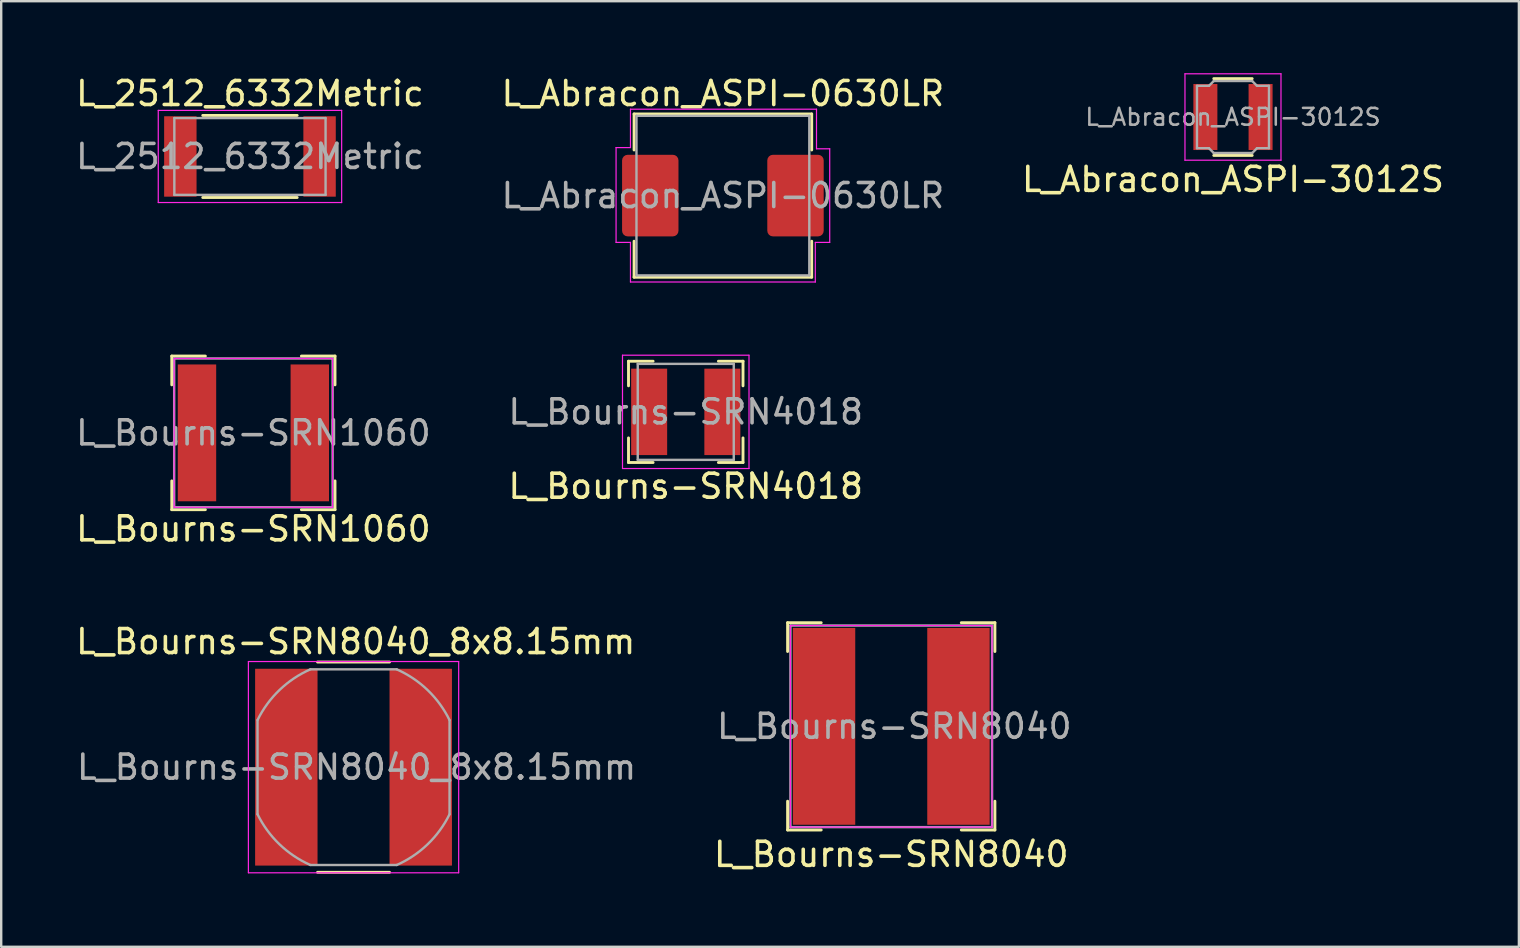
<source format=kicad_pcb>
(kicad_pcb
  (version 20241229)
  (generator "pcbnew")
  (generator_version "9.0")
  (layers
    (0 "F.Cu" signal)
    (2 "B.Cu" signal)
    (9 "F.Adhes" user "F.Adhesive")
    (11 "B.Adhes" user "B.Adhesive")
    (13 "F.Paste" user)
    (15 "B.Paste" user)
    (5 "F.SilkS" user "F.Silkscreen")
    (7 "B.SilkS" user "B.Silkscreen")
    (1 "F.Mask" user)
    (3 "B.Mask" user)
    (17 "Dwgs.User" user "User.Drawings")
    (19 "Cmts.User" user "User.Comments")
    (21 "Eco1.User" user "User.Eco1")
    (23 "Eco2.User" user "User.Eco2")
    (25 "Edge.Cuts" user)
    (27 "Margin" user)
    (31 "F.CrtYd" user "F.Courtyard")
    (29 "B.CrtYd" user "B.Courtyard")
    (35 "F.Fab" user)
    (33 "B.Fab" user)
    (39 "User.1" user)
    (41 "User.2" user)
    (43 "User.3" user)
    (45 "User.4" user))
  (footprint "L_Abracon_ASPI-0630LR"
    (layer "F.Cu")
    (at 27.065 5.098)
    (property "Reference" "L_Abracon_ASPI-0630LR" (at 0 -4.25 0) (layer "F.SilkS") (effects (font (size 1 1) (thickness 0.15))))
    (attr smd)
    (fp_line (start -3.7 -3.4) (end -3.7 -1.9) (stroke (width 0.12) (type solid)) (layer "F.SilkS"))
    (fp_line (start -3.7 3.4) (end -3.7 1.9) (stroke (width 0.12) (type solid)) (layer "F.SilkS"))
    (fp_line (start -3.7 3.4) (end 3.7 3.4) (stroke (width 0.12) (type solid)) (layer "F.SilkS"))
    (fp_line (start 3.7 -3.4) (end -3.7 -3.4) (stroke (width 0.12) (type solid)) (layer "F.SilkS"))
    (fp_line (start 3.7 -3.4) (end 3.7 -1.9) (stroke (width 0.12) (type solid)) (layer "F.SilkS"))
    (fp_line (start 3.7 3.4) (end 3.7 1.9) (stroke (width 0.12) (type solid)) (layer "F.SilkS"))
    (fp_line (start -4.45 -2) (end -4.45 1.95) (stroke (width 0.05) (type solid)) (layer "F.CrtYd"))
    (fp_line (start -4.45 1.95) (end -3.85 1.95) (stroke (width 0.05) (type solid)) (layer "F.CrtYd"))
    (fp_line (start -3.85 -3.6) (end -3.85 -2) (stroke (width 0.05) (type solid)) (layer "F.CrtYd"))
    (fp_line (start -3.85 -2) (end -4.45 -2) (stroke (width 0.05) (type solid)) (layer "F.CrtYd"))
    (fp_line (start -3.85 1.95) (end -3.85 3.6) (stroke (width 0.05) (type solid)) (layer "F.CrtYd"))
    (fp_line (start -3.85 3.6) (end 3.85 3.6) (stroke (width 0.05) (type solid)) (layer "F.CrtYd"))
    (fp_line (start 3.85 1.95) (end 4.45 1.95) (stroke (width 0.05) (type solid)) (layer "F.CrtYd"))
    (fp_line (start 3.85 3.6) (end 3.85 1.95) (stroke (width 0.05) (type solid)) (layer "F.CrtYd"))
    (fp_line (start 3.9 -3.6) (end -3.85 -3.6) (stroke (width 0.05) (type solid)) (layer "F.CrtYd"))
    (fp_line (start 3.9 -1.95) (end 3.9 -3.6) (stroke (width 0.05) (type solid)) (layer "F.CrtYd"))
    (fp_line (start 4.45 -1.95) (end 3.9 -1.95) (stroke (width 0.05) (type solid)) (layer "F.CrtYd"))
    (fp_line (start 4.45 1.95) (end 4.45 -1.95) (stroke (width 0.05) (type solid)) (layer "F.CrtYd"))
    (fp_line (start -3.6 -3.325) (end 3.6 -3.325) (stroke (width 0.1) (type solid)) (layer "F.Fab"))
    (fp_line (start -3.6 3.325) (end -3.6 -3.325) (stroke (width 0.1) (type solid)) (layer "F.Fab"))
    (fp_line (start 3.6 -3.325) (end 3.6 3.325) (stroke (width 0.1) (type solid)) (layer "F.Fab"))
    (fp_line (start 3.6 3.325) (end -3.6 3.325) (stroke (width 0.1) (type solid)) (layer "F.Fab"))
    (fp_text user "${REFERENCE}" (at 0 0 0) (layer "F.Fab") (effects (font (size 1 1) (thickness 0.15))))
    (pad "1" smd roundrect (at -3.025 0) (size 2.35 3.4) (layers "F.Cu" "F.Mask" "F.Paste") (roundrect_rratio 0.1))
    (pad "2" smd roundrect (at 3.025 0) (size 2.35 3.4) (layers "F.Cu" "F.Mask" "F.Paste") (roundrect_rratio 0.1)))
  (footprint "L_Bourns-SRN8040"
    (layer "F.Cu")
    (at 34.079 27.209)
    (property "Reference" "L_Bourns-SRN8040" (at 0 5.334 0) (layer "F.SilkS") (effects (font (size 1 1) (thickness 0.15))))
    (attr smd)
    (fp_line (start -4.318 -4.318) (end -4.318 -3.118) (stroke (width 0.12) (type solid)) (layer "F.SilkS"))
    (fp_line (start -4.318 -4.318) (end -2.918 -4.318) (stroke (width 0.12) (type solid)) (layer "F.SilkS"))
    (fp_line (start -4.318 4.318) (end -4.318 3.118) (stroke (width 0.12) (type solid)) (layer "F.SilkS"))
    (fp_line (start -4.318 4.318) (end -2.918 4.318) (stroke (width 0.12) (type solid)) (layer "F.SilkS"))
    (fp_line (start 4.318 -4.318) (end 2.918 -4.318) (stroke (width 0.12) (type solid)) (layer "F.SilkS"))
    (fp_line (start 4.318 -4.318) (end 4.318 -3.118) (stroke (width 0.12) (type solid)) (layer "F.SilkS"))
    (fp_line (start 4.318 4.318) (end 2.918 4.318) (stroke (width 0.12) (type solid)) (layer "F.SilkS"))
    (fp_line (start 4.318 4.318) (end 4.318 3.118) (stroke (width 0.12) (type solid)) (layer "F.SilkS"))
    (fp_line (start -4.2 -4.2) (end -4.2 4.2) (stroke (width 0.05) (type solid)) (layer "F.CrtYd"))
    (fp_line (start -4.2 -4.2) (end 4.2 -4.2) (stroke (width 0.05) (type solid)) (layer "F.CrtYd"))
    (fp_line (start -4.2 4.2) (end 4.2 4.2) (stroke (width 0.05) (type solid)) (layer "F.CrtYd"))
    (fp_line (start 4.2 -4.2) (end 4.2 4.2) (stroke (width 0.05) (type solid)) (layer "F.CrtYd"))
    (fp_line (start -4.2 -4.2) (end -4.2 4.2) (stroke (width 0.1) (type solid)) (layer "F.Fab"))
    (fp_line (start -4.2 -4.2) (end 4.2 -4.2) (stroke (width 0.1) (type solid)) (layer "F.Fab"))
    (fp_line (start 4.2 -4.2) (end 4.2 4.2) (stroke (width 0.1) (type solid)) (layer "F.Fab"))
    (fp_line (start 4.2 4.2) (end -4.2 4.2) (stroke (width 0.1) (type solid)) (layer "F.Fab"))
    (fp_text user "${REFERENCE}" (at 0.127 0 0) (layer "F.Fab") (effects (font (size 1 1) (thickness 0.15))))
    (pad "1" smd rect (at -2.8 0) (size 2.6 8.2) (layers "F.Cu" "F.Mask" "F.Paste"))
    (pad "2" smd rect (at 2.8 0) (size 2.6 8.2) (layers "F.Cu" "F.Mask" "F.Paste")))
  (footprint "L_Bourns-SRN8040_8x8.15mm"
    (layer "F.Cu")
    (at 11.678 28.91)
    (property "Reference" "L_Bourns-SRN8040_8x8.15mm" (at 0.09 -5.23 0) (layer "F.SilkS") (effects (font (size 1 1) (thickness 0.15))))
    (attr smd)
    (fp_line (start -1.5 4.38) (end 1.5 4.38) (stroke (width 0.12) (type solid)) (layer "F.SilkS"))
    (fp_line (start 1.5 -4.38) (end -1.5 -4.38) (stroke (width 0.12) (type solid)) (layer "F.SilkS"))
    (fp_line (start -4.38 -4.4) (end -4.38 4.4) (stroke (width 0.05) (type solid)) (layer "F.CrtYd"))
    (fp_line (start -4.38 -4.4) (end 4.38 -4.4) (stroke (width 0.05) (type solid)) (layer "F.CrtYd"))
    (fp_line (start -4.38 4.4) (end 4.38 4.4) (stroke (width 0.05) (type solid)) (layer "F.CrtYd"))
    (fp_line (start 4.38 -4.4) (end 4.38 4.4) (stroke (width 0.05) (type solid)) (layer "F.CrtYd"))
    (fp_line (start -4 -1.96) (end -4 1.96) (stroke (width 0.1) (type solid)) (layer "F.Fab"))
    (fp_line (start -1.8 -4.075) (end 1.8 -4.075) (stroke (width 0.1) (type solid)) (layer "F.Fab"))
    (fp_line (start 1.8 4.075) (end -1.8 4.075) (stroke (width 0.1) (type solid)) (layer "F.Fab"))
    (fp_line (start 4 -1.96) (end 4 1.96) (stroke (width 0.1) (type solid)) (layer "F.Fab"))
    (fp_arc (start -3.99824 -1.964613) (mid -3.085179 -3.213611) (end -1.8 -4.075) (stroke (width 0.1) (type solid)) (layer "F.Fab"))
    (fp_arc (start -1.804314 4.072598) (mid -3.088411 3.209878) (end -4 1.96) (stroke (width 0.1) (type solid)) (layer "F.Fab"))
    (fp_arc (start 1.799817 -4.074587) (mid 3.086639 -3.211582) (end 4 -1.96) (stroke (width 0.1) (type solid)) (layer "F.Fab"))
    (fp_arc (start 3.99824 1.964613) (mid 3.085179 3.213611) (end 1.8 4.075) (stroke (width 0.1) (type solid)) (layer "F.Fab"))
    (fp_text user "${REFERENCE}" (at 0.127 0 0) (layer "F.Fab") (effects (font (size 1 1) (thickness 0.15))))
    (pad "1" smd rect (at -2.8 0) (size 2.6 8.2) (layers "F.Cu" "F.Mask" "F.Paste"))
    (pad "2" smd rect (at 2.8 0) (size 2.6 8.2) (layers "F.Cu" "F.Mask" "F.Paste")))
  (footprint "L_Bourns-SRN1060"
    (layer "F.Cu")
    (at 7.506 14.983)
    (property "Reference" "L_Bourns-SRN1060" (at 0 4 0) (layer "F.SilkS") (effects (font (size 1 1) (thickness 0.15))))
    (attr smd)
    (fp_line (start -3.4 -3.2) (end -3.4 -2) (stroke (width 0.12) (type solid)) (layer "F.SilkS"))
    (fp_line (start -3.4 -3.2) (end -2 -3.2) (stroke (width 0.12) (type solid)) (layer "F.SilkS"))
    (fp_line (start -3.4 3.2) (end -3.4 2) (stroke (width 0.12) (type solid)) (layer "F.SilkS"))
    (fp_line (start -3.4 3.2) (end -2 3.2) (stroke (width 0.12) (type solid)) (layer "F.SilkS"))
    (fp_line (start 3.4 -3.2) (end 2 -3.2) (stroke (width 0.12) (type solid)) (layer "F.SilkS"))
    (fp_line (start 3.4 -3.2) (end 3.4 -2) (stroke (width 0.12) (type solid)) (layer "F.SilkS"))
    (fp_line (start 3.4 3.2) (end 2 3.2) (stroke (width 0.12) (type solid)) (layer "F.SilkS"))
    (fp_line (start 3.4 3.2) (end 3.4 2) (stroke (width 0.12) (type solid)) (layer "F.SilkS"))
    (fp_line (start -3.3 -3.1) (end -3.3 3.1) (stroke (width 0.05) (type solid)) (layer "F.CrtYd"))
    (fp_line (start -3.3 -3.1) (end 3.3 -3.1) (stroke (width 0.05) (type solid)) (layer "F.CrtYd"))
    (fp_line (start 3.3 -3.1) (end 3.3 3.1) (stroke (width 0.05) (type solid)) (layer "F.CrtYd"))
    (fp_line (start 3.3 3.1) (end -3.3 3.1) (stroke (width 0.05) (type solid)) (layer "F.CrtYd"))
    (fp_line (start -3.3 -3.1) (end -3.3 3.1) (stroke (width 0.1) (type solid)) (layer "F.Fab"))
    (fp_line (start -3.3 -3.1) (end 3.3 -3.1) (stroke (width 0.1) (type solid)) (layer "F.Fab"))
    (fp_line (start 3.3 -3.1) (end 3.3 3.1) (stroke (width 0.1) (type solid)) (layer "F.Fab"))
    (fp_line (start 3.3 3.1) (end -3.3 3.1) (stroke (width 0.1) (type solid)) (layer "F.Fab"))
    (fp_text user "${REFERENCE}" (at 0 0 0) (layer "F.Fab") (effects (font (size 1 1) (thickness 0.15))))
    (pad "1" smd rect (at -2.35 0) (size 1.6 5.7) (layers "F.Cu" "F.Mask" "F.Paste"))
    (pad "2" smd rect (at 2.35 0) (size 1.6 5.7) (layers "F.Cu" "F.Mask" "F.Paste")))
  (footprint "L_Bourns-SRN4018"
    (layer "F.Cu")
    (at 25.518 14.108)
    (property "Reference" "L_Bourns-SRN4018" (at 0 3.1 0) (layer "F.SilkS") (effects (font (size 1 1) (thickness 0.15))))
    (attr smd)
    (fp_line (start -2.385 -2.11) (end -2.385 -1.085) (stroke (width 0.12) (type solid)) (layer "F.SilkS"))
    (fp_line (start -2.385 -2.11) (end -1.36 -2.11) (stroke (width 0.12) (type solid)) (layer "F.SilkS"))
    (fp_line (start -2.385 2.11) (end -2.385 1.085) (stroke (width 0.12) (type solid)) (layer "F.SilkS"))
    (fp_line (start -2.385 2.11) (end -1.36 2.11) (stroke (width 0.12) (type solid)) (layer "F.SilkS"))
    (fp_line (start 2.385 -2.11) (end 1.36 -2.11) (stroke (width 0.12) (type solid)) (layer "F.SilkS"))
    (fp_line (start 2.385 -2.11) (end 2.385 -1.085) (stroke (width 0.12) (type solid)) (layer "F.SilkS"))
    (fp_line (start 2.385 2.11) (end 1.36 2.11) (stroke (width 0.12) (type solid)) (layer "F.SilkS"))
    (fp_line (start 2.385 2.11) (end 2.385 1.085) (stroke (width 0.12) (type solid)) (layer "F.SilkS"))
    (fp_line (start -2.635 -2.36) (end -2.635 2.36) (stroke (width 0.05) (type solid)) (layer "F.CrtYd"))
    (fp_line (start -2.635 -2.36) (end 2.635 -2.36) (stroke (width 0.05) (type solid)) (layer "F.CrtYd"))
    (fp_line (start -2.635 2.36) (end 2.635 2.36) (stroke (width 0.05) (type solid)) (layer "F.CrtYd"))
    (fp_line (start 2.635 -2.36) (end 2.635 2.36) (stroke (width 0.05) (type solid)) (layer "F.CrtYd"))
    (fp_line (start -2 -2) (end -2 2) (stroke (width 0.1) (type solid)) (layer "F.Fab"))
    (fp_line (start -2 -2) (end 2 -2) (stroke (width 0.1) (type solid)) (layer "F.Fab"))
    (fp_line (start 2 -2) (end 2 2) (stroke (width 0.1) (type solid)) (layer "F.Fab"))
    (fp_line (start 2 2) (end -2 2) (stroke (width 0.1) (type solid)) (layer "F.Fab"))
    (fp_text user "${REFERENCE}" (at 0 0 0) (layer "F.Fab") (effects (font (size 1 1) (thickness 0.15))))
    (pad "1" smd rect (at -1.525 0) (size 1.5 3.6) (layers "F.Cu" "F.Mask" "F.Paste"))
    (pad "2" smd rect (at 1.525 0) (size 1.5 3.6) (layers "F.Cu" "F.Mask" "F.Paste")))
  (footprint "L_2512_6332Metric"
    (layer "F.Cu")
    (at 7.363 3.468)
    (property "Reference" "L_2512_6332Metric" (at 0 -2.62 0) (layer "F.SilkS") (effects (font (size 1 1) (thickness 0.15))))
    (attr smd)
    (fp_line (start -1.967 -1.71) (end 1.967 -1.71) (stroke (width 0.12) (type solid)) (layer "F.SilkS"))
    (fp_line (start -1.967 1.71) (end 1.967 1.71) (stroke (width 0.12) (type solid)) (layer "F.SilkS"))
    (fp_line (start -3.82 -1.92) (end 3.82 -1.92) (stroke (width 0.05) (type solid)) (layer "F.CrtYd"))
    (fp_line (start -3.82 1.92) (end -3.82 -1.92) (stroke (width 0.05) (type solid)) (layer "F.CrtYd"))
    (fp_line (start 3.82 -1.92) (end 3.82 1.92) (stroke (width 0.05) (type solid)) (layer "F.CrtYd"))
    (fp_line (start 3.82 1.92) (end -3.82 1.92) (stroke (width 0.05) (type solid)) (layer "F.CrtYd"))
    (fp_line (start -3.15 -1.6) (end 3.15 -1.6) (stroke (width 0.1) (type solid)) (layer "F.Fab"))
    (fp_line (start -3.15 1.6) (end -3.15 -1.6) (stroke (width 0.1) (type solid)) (layer "F.Fab"))
    (fp_line (start 3.15 -1.6) (end 3.15 1.6) (stroke (width 0.1) (type solid)) (layer "F.Fab"))
    (fp_line (start 3.15 1.6) (end -3.15 1.6) (stroke (width 0.1) (type solid)) (layer "F.Fab"))
    (fp_text user "${REFERENCE}" (at 0 0 0) (layer "F.Fab") (effects (font (size 1 1) (thickness 0.15))))
    (pad "1" smd rect (at -2.9 0) (size 1.35 3.35) (layers "F.Cu" "F.Mask" "F.Paste"))
    (pad "2" smd rect (at 2.9 0) (size 1.35 3.35) (layers "F.Cu" "F.Mask" "F.Paste")))
  (footprint "L_Abracon_ASPI-3012S"
    (layer "F.Cu")
    (at 48.315 1.825)
    (property "Reference" "L_Abracon_ASPI-3012S" (at 0 2.6 0) (layer "F.SilkS") (effects (font (size 1 1) (thickness 0.15))))
    (attr smd)
    (fp_line (start -0.8 -1.6) (end 0.8 -1.6) (stroke (width 0.12) (type solid)) (layer "F.SilkS"))
    (fp_line (start -0.8 1.6) (end 0.8 1.6) (stroke (width 0.12) (type solid)) (layer "F.SilkS"))
    (fp_line (start -2 -1.8) (end -2 1.8) (stroke (width 0.05) (type solid)) (layer "F.CrtYd"))
    (fp_line (start -2 1.8) (end 2 1.8) (stroke (width 0.05) (type solid)) (layer "F.CrtYd"))
    (fp_line (start 2 -1.8) (end -2 -1.8) (stroke (width 0.05) (type solid)) (layer "F.CrtYd"))
    (fp_line (start 2 1.8) (end 2 -1.8) (stroke (width 0.05) (type solid)) (layer "F.CrtYd"))
    (fp_line (start -1.5 -1.3) (end -1.5 1.3) (stroke (width 0.1) (type solid)) (layer "F.Fab"))
    (fp_line (start -1.5 1.3) (end -1 1.3) (stroke (width 0.1) (type solid)) (layer "F.Fab"))
    (fp_line (start -1 -1.3) (end -1.5 -1.3) (stroke (width 0.1) (type solid)) (layer "F.Fab"))
    (fp_line (start -1 1.3) (end -0.8 1.5) (stroke (width 0.1) (type solid)) (layer "F.Fab"))
    (fp_line (start -0.8 -1.5) (end -1 -1.3) (stroke (width 0.1) (type solid)) (layer "F.Fab"))
    (fp_line (start -0.8 1.5) (end 0.8 1.5) (stroke (width 0.1) (type solid)) (layer "F.Fab"))
    (fp_line (start 0.8 -1.5) (end -0.8 -1.5) (stroke (width 0.1) (type solid)) (layer "F.Fab"))
    (fp_line (start 0.8 1.5) (end 1 1.3) (stroke (width 0.1) (type solid)) (layer "F.Fab"))
    (fp_line (start 1 -1.3) (end 0.8 -1.5) (stroke (width 0.1) (type solid)) (layer "F.Fab"))
    (fp_line (start 1 1.3) (end 1.5 1.3) (stroke (width 0.1) (type solid)) (layer "F.Fab"))
    (fp_line (start 1.5 -1.3) (end 1 -1.3) (stroke (width 0.1) (type solid)) (layer "F.Fab"))
    (fp_line (start 1.5 1.3) (end 1.5 -1.3) (stroke (width 0.1) (type solid)) (layer "F.Fab"))
    (fp_text user "${REFERENCE}" (at 0 0 0) (layer "F.Fab") (effects (font (size 0.7 0.7) (thickness 0.105))))
    (pad "1" smd rect (at -1.15 0) (size 1 2.75) (layers "F.Cu" "F.Mask" "F.Paste"))
    (pad "2" smd rect (at 1.15 0) (size 1 2.75) (layers "F.Cu" "F.Mask" "F.Paste")))
  (gr_rect
    (start -3 -3)
    (end 60.226 36.392)
    (stroke (width 0.1) (type default))
    (fill no)
    (layer "Edge.Cuts")))
</source>
